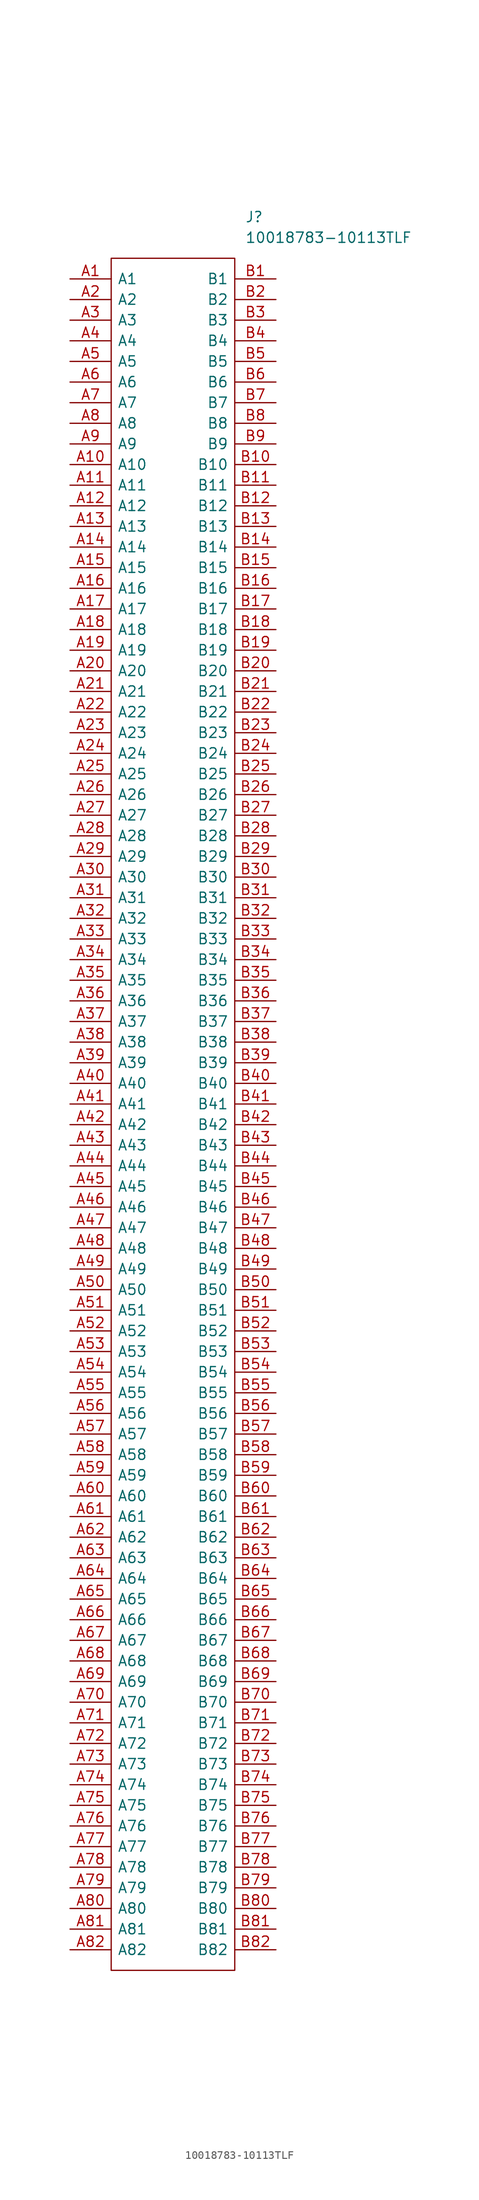
<source format=kicad_sym>
(kicad_symbol_lib
  (version 20201005)
  (generator kicad_symbol_editor)
  (symbol "CM4_MATX:10018783-10113TLF"
    (pin_names
      (offset 0.762))
    (property "Reference" "J"
      (at 21.59 7.62 0)
      (effects (font (size 1.27 1.27)) (justify left)))
    (property "Value" "10018783-10113TLF"
      (at 21.59 5.08 0)
      (effects (font (size 1.27 1.27)) (justify left)))
    (symbol "10018783-10113TLF_0_1"
      (polyline (pts (xy 5.08 2.54) (xy 20.32 2.54) (xy 20.32 -208.28) (xy 5.08 -208.28) (xy 5.08 2.54)) (stroke (width 0.152)) (fill (type none))))
    (symbol "10018783-10113TLF_0_0"
      (pin passive line (at 0 0 0) (length 5.08) (name "A1" (effects (font (size 1.27 1.27)))) (number "A1" (effects (font (size 1.27 1.27)))))
      (pin passive line (at 0 -2.54 0) (length 5.08) (name "A2" (effects (font (size 1.27 1.27)))) (number "A2" (effects (font (size 1.27 1.27)))))
      (pin passive line (at 0 -5.08 0) (length 5.08) (name "A3" (effects (font (size 1.27 1.27)))) (number "A3" (effects (font (size 1.27 1.27)))))
      (pin passive line (at 0 -7.62 0) (length 5.08) (name "A4" (effects (font (size 1.27 1.27)))) (number "A4" (effects (font (size 1.27 1.27)))))
      (pin passive line (at 0 -10.16 0) (length 5.08) (name "A5" (effects (font (size 1.27 1.27)))) (number "A5" (effects (font (size 1.27 1.27)))))
      (pin passive line (at 0 -12.7 0) (length 5.08) (name "A6" (effects (font (size 1.27 1.27)))) (number "A6" (effects (font (size 1.27 1.27)))))
      (pin passive line (at 0 -15.24 0) (length 5.08) (name "A7" (effects (font (size 1.27 1.27)))) (number "A7" (effects (font (size 1.27 1.27)))))
      (pin passive line (at 0 -17.78 0) (length 5.08) (name "A8" (effects (font (size 1.27 1.27)))) (number "A8" (effects (font (size 1.27 1.27)))))
      (pin passive line (at 0 -20.32 0) (length 5.08) (name "A9" (effects (font (size 1.27 1.27)))) (number "A9" (effects (font (size 1.27 1.27)))))
      (pin passive line (at 0 -22.86 0) (length 5.08) (name "A10" (effects (font (size 1.27 1.27)))) (number "A10" (effects (font (size 1.27 1.27)))))
      (pin passive line (at 0 -25.4 0) (length 5.08) (name "A11" (effects (font (size 1.27 1.27)))) (number "A11" (effects (font (size 1.27 1.27)))))
      (pin passive line (at 0 -27.94 0) (length 5.08) (name "A12" (effects (font (size 1.27 1.27)))) (number "A12" (effects (font (size 1.27 1.27)))))
      (pin passive line (at 0 -30.48 0) (length 5.08) (name "A13" (effects (font (size 1.27 1.27)))) (number "A13" (effects (font (size 1.27 1.27)))))
      (pin passive line (at 0 -33.02 0) (length 5.08) (name "A14" (effects (font (size 1.27 1.27)))) (number "A14" (effects (font (size 1.27 1.27)))))
      (pin passive line (at 0 -35.56 0) (length 5.08) (name "A15" (effects (font (size 1.27 1.27)))) (number "A15" (effects (font (size 1.27 1.27)))))
      (pin passive line (at 0 -38.1 0) (length 5.08) (name "A16" (effects (font (size 1.27 1.27)))) (number "A16" (effects (font (size 1.27 1.27)))))
      (pin passive line (at 0 -40.64 0) (length 5.08) (name "A17" (effects (font (size 1.27 1.27)))) (number "A17" (effects (font (size 1.27 1.27)))))
      (pin passive line (at 0 -43.18 0) (length 5.08) (name "A18" (effects (font (size 1.27 1.27)))) (number "A18" (effects (font (size 1.27 1.27)))))
      (pin passive line (at 0 -45.72 0) (length 5.08) (name "A19" (effects (font (size 1.27 1.27)))) (number "A19" (effects (font (size 1.27 1.27)))))
      (pin passive line (at 0 -48.26 0) (length 5.08) (name "A20" (effects (font (size 1.27 1.27)))) (number "A20" (effects (font (size 1.27 1.27)))))
      (pin passive line (at 0 -50.8 0) (length 5.08) (name "A21" (effects (font (size 1.27 1.27)))) (number "A21" (effects (font (size 1.27 1.27)))))
      (pin passive line (at 0 -53.34 0) (length 5.08) (name "A22" (effects (font (size 1.27 1.27)))) (number "A22" (effects (font (size 1.27 1.27)))))
      (pin passive line (at 0 -55.88 0) (length 5.08) (name "A23" (effects (font (size 1.27 1.27)))) (number "A23" (effects (font (size 1.27 1.27)))))
      (pin passive line (at 0 -58.42 0) (length 5.08) (name "A24" (effects (font (size 1.27 1.27)))) (number "A24" (effects (font (size 1.27 1.27)))))
      (pin passive line (at 0 -60.96 0) (length 5.08) (name "A25" (effects (font (size 1.27 1.27)))) (number "A25" (effects (font (size 1.27 1.27)))))
      (pin passive line (at 0 -63.5 0) (length 5.08) (name "A26" (effects (font (size 1.27 1.27)))) (number "A26" (effects (font (size 1.27 1.27)))))
      (pin passive line (at 0 -66.04 0) (length 5.08) (name "A27" (effects (font (size 1.27 1.27)))) (number "A27" (effects (font (size 1.27 1.27)))))
      (pin passive line (at 0 -68.58 0) (length 5.08) (name "A28" (effects (font (size 1.27 1.27)))) (number "A28" (effects (font (size 1.27 1.27)))))
      (pin passive line (at 0 -71.12 0) (length 5.08) (name "A29" (effects (font (size 1.27 1.27)))) (number "A29" (effects (font (size 1.27 1.27)))))
      (pin passive line (at 0 -73.66 0) (length 5.08) (name "A30" (effects (font (size 1.27 1.27)))) (number "A30" (effects (font (size 1.27 1.27)))))
      (pin passive line (at 0 -76.2 0) (length 5.08) (name "A31" (effects (font (size 1.27 1.27)))) (number "A31" (effects (font (size 1.27 1.27)))))
      (pin passive line (at 0 -78.74 0) (length 5.08) (name "A32" (effects (font (size 1.27 1.27)))) (number "A32" (effects (font (size 1.27 1.27)))))
      (pin passive line (at 0 -81.28 0) (length 5.08) (name "A33" (effects (font (size 1.27 1.27)))) (number "A33" (effects (font (size 1.27 1.27)))))
      (pin passive line (at 0 -83.82 0) (length 5.08) (name "A34" (effects (font (size 1.27 1.27)))) (number "A34" (effects (font (size 1.27 1.27)))))
      (pin passive line (at 0 -86.36 0) (length 5.08) (name "A35" (effects (font (size 1.27 1.27)))) (number "A35" (effects (font (size 1.27 1.27)))))
      (pin passive line (at 0 -88.9 0) (length 5.08) (name "A36" (effects (font (size 1.27 1.27)))) (number "A36" (effects (font (size 1.27 1.27)))))
      (pin passive line (at 0 -91.44 0) (length 5.08) (name "A37" (effects (font (size 1.27 1.27)))) (number "A37" (effects (font (size 1.27 1.27)))))
      (pin passive line (at 0 -93.98 0) (length 5.08) (name "A38" (effects (font (size 1.27 1.27)))) (number "A38" (effects (font (size 1.27 1.27)))))
      (pin passive line (at 0 -96.52 0) (length 5.08) (name "A39" (effects (font (size 1.27 1.27)))) (number "A39" (effects (font (size 1.27 1.27)))))
      (pin passive line (at 0 -99.06 0) (length 5.08) (name "A40" (effects (font (size 1.27 1.27)))) (number "A40" (effects (font (size 1.27 1.27)))))
      (pin passive line (at 0 -101.6 0) (length 5.08) (name "A41" (effects (font (size 1.27 1.27)))) (number "A41" (effects (font (size 1.27 1.27)))))
      (pin passive line (at 0 -104.14 0) (length 5.08) (name "A42" (effects (font (size 1.27 1.27)))) (number "A42" (effects (font (size 1.27 1.27)))))
      (pin passive line (at 0 -106.68 0) (length 5.08) (name "A43" (effects (font (size 1.27 1.27)))) (number "A43" (effects (font (size 1.27 1.27)))))
      (pin passive line (at 0 -109.22 0) (length 5.08) (name "A44" (effects (font (size 1.27 1.27)))) (number "A44" (effects (font (size 1.27 1.27)))))
      (pin passive line (at 0 -111.76 0) (length 5.08) (name "A45" (effects (font (size 1.27 1.27)))) (number "A45" (effects (font (size 1.27 1.27)))))
      (pin passive line (at 0 -114.3 0) (length 5.08) (name "A46" (effects (font (size 1.27 1.27)))) (number "A46" (effects (font (size 1.27 1.27)))))
      (pin passive line (at 0 -116.84 0) (length 5.08) (name "A47" (effects (font (size 1.27 1.27)))) (number "A47" (effects (font (size 1.27 1.27)))))
      (pin passive line (at 0 -119.38 0) (length 5.08) (name "A48" (effects (font (size 1.27 1.27)))) (number "A48" (effects (font (size 1.27 1.27)))))
      (pin passive line (at 0 -121.92 0) (length 5.08) (name "A49" (effects (font (size 1.27 1.27)))) (number "A49" (effects (font (size 1.27 1.27)))))
      (pin passive line (at 0 -124.46 0) (length 5.08) (name "A50" (effects (font (size 1.27 1.27)))) (number "A50" (effects (font (size 1.27 1.27)))))
      (pin passive line (at 0 -127 0) (length 5.08) (name "A51" (effects (font (size 1.27 1.27)))) (number "A51" (effects (font (size 1.27 1.27)))))
      (pin passive line (at 0 -129.54 0) (length 5.08) (name "A52" (effects (font (size 1.27 1.27)))) (number "A52" (effects (font (size 1.27 1.27)))))
      (pin passive line (at 0 -132.08 0) (length 5.08) (name "A53" (effects (font (size 1.27 1.27)))) (number "A53" (effects (font (size 1.27 1.27)))))
      (pin passive line (at 0 -134.62 0) (length 5.08) (name "A54" (effects (font (size 1.27 1.27)))) (number "A54" (effects (font (size 1.27 1.27)))))
      (pin passive line (at 0 -137.16 0) (length 5.08) (name "A55" (effects (font (size 1.27 1.27)))) (number "A55" (effects (font (size 1.27 1.27)))))
      (pin passive line (at 0 -139.7 0) (length 5.08) (name "A56" (effects (font (size 1.27 1.27)))) (number "A56" (effects (font (size 1.27 1.27)))))
      (pin passive line (at 0 -142.24 0) (length 5.08) (name "A57" (effects (font (size 1.27 1.27)))) (number "A57" (effects (font (size 1.27 1.27)))))
      (pin passive line (at 0 -144.78 0) (length 5.08) (name "A58" (effects (font (size 1.27 1.27)))) (number "A58" (effects (font (size 1.27 1.27)))))
      (pin passive line (at 0 -147.32 0) (length 5.08) (name "A59" (effects (font (size 1.27 1.27)))) (number "A59" (effects (font (size 1.27 1.27)))))
      (pin passive line (at 0 -149.86 0) (length 5.08) (name "A60" (effects (font (size 1.27 1.27)))) (number "A60" (effects (font (size 1.27 1.27)))))
      (pin passive line (at 0 -152.4 0) (length 5.08) (name "A61" (effects (font (size 1.27 1.27)))) (number "A61" (effects (font (size 1.27 1.27)))))
      (pin passive line (at 0 -154.94 0) (length 5.08) (name "A62" (effects (font (size 1.27 1.27)))) (number "A62" (effects (font (size 1.27 1.27)))))
      (pin passive line (at 0 -157.48 0) (length 5.08) (name "A63" (effects (font (size 1.27 1.27)))) (number "A63" (effects (font (size 1.27 1.27)))))
      (pin passive line (at 0 -160.02 0) (length 5.08) (name "A64" (effects (font (size 1.27 1.27)))) (number "A64" (effects (font (size 1.27 1.27)))))
      (pin passive line (at 0 -162.56 0) (length 5.08) (name "A65" (effects (font (size 1.27 1.27)))) (number "A65" (effects (font (size 1.27 1.27)))))
      (pin passive line (at 0 -165.1 0) (length 5.08) (name "A66" (effects (font (size 1.27 1.27)))) (number "A66" (effects (font (size 1.27 1.27)))))
      (pin passive line (at 0 -167.64 0) (length 5.08) (name "A67" (effects (font (size 1.27 1.27)))) (number "A67" (effects (font (size 1.27 1.27)))))
      (pin passive line (at 0 -170.18 0) (length 5.08) (name "A68" (effects (font (size 1.27 1.27)))) (number "A68" (effects (font (size 1.27 1.27)))))
      (pin passive line (at 0 -172.72 0) (length 5.08) (name "A69" (effects (font (size 1.27 1.27)))) (number "A69" (effects (font (size 1.27 1.27)))))
      (pin passive line (at 0 -175.26 0) (length 5.08) (name "A70" (effects (font (size 1.27 1.27)))) (number "A70" (effects (font (size 1.27 1.27)))))
      (pin passive line (at 0 -177.8 0) (length 5.08) (name "A71" (effects (font (size 1.27 1.27)))) (number "A71" (effects (font (size 1.27 1.27)))))
      (pin passive line (at 0 -180.34 0) (length 5.08) (name "A72" (effects (font (size 1.27 1.27)))) (number "A72" (effects (font (size 1.27 1.27)))))
      (pin passive line (at 0 -182.88 0) (length 5.08) (name "A73" (effects (font (size 1.27 1.27)))) (number "A73" (effects (font (size 1.27 1.27)))))
      (pin passive line (at 0 -185.42 0) (length 5.08) (name "A74" (effects (font (size 1.27 1.27)))) (number "A74" (effects (font (size 1.27 1.27)))))
      (pin passive line (at 0 -187.96 0) (length 5.08) (name "A75" (effects (font (size 1.27 1.27)))) (number "A75" (effects (font (size 1.27 1.27)))))
      (pin passive line (at 0 -190.5 0) (length 5.08) (name "A76" (effects (font (size 1.27 1.27)))) (number "A76" (effects (font (size 1.27 1.27)))))
      (pin passive line (at 0 -193.04 0) (length 5.08) (name "A77" (effects (font (size 1.27 1.27)))) (number "A77" (effects (font (size 1.27 1.27)))))
      (pin passive line (at 0 -195.58 0) (length 5.08) (name "A78" (effects (font (size 1.27 1.27)))) (number "A78" (effects (font (size 1.27 1.27)))))
      (pin passive line (at 0 -198.12 0) (length 5.08) (name "A79" (effects (font (size 1.27 1.27)))) (number "A79" (effects (font (size 1.27 1.27)))))
      (pin passive line (at 0 -200.66 0) (length 5.08) (name "A80" (effects (font (size 1.27 1.27)))) (number "A80" (effects (font (size 1.27 1.27)))))
      (pin passive line (at 0 -203.2 0) (length 5.08) (name "A81" (effects (font (size 1.27 1.27)))) (number "A81" (effects (font (size 1.27 1.27)))))
      (pin passive line (at 0 -205.74 0) (length 5.08) (name "A82" (effects (font (size 1.27 1.27)))) (number "A82" (effects (font (size 1.27 1.27)))))
      (pin passive line (at 25.4 0 180) (length 5.08) (name "B1" (effects (font (size 1.27 1.27)))) (number "B1" (effects (font (size 1.27 1.27)))))
      (pin passive line (at 25.4 -2.54 180) (length 5.08) (name "B2" (effects (font (size 1.27 1.27)))) (number "B2" (effects (font (size 1.27 1.27)))))
      (pin passive line (at 25.4 -5.08 180) (length 5.08) (name "B3" (effects (font (size 1.27 1.27)))) (number "B3" (effects (font (size 1.27 1.27)))))
      (pin passive line (at 25.4 -7.62 180) (length 5.08) (name "B4" (effects (font (size 1.27 1.27)))) (number "B4" (effects (font (size 1.27 1.27)))))
      (pin passive line (at 25.4 -10.16 180) (length 5.08) (name "B5" (effects (font (size 1.27 1.27)))) (number "B5" (effects (font (size 1.27 1.27)))))
      (pin passive line (at 25.4 -12.7 180) (length 5.08) (name "B6" (effects (font (size 1.27 1.27)))) (number "B6" (effects (font (size 1.27 1.27)))))
      (pin passive line (at 25.4 -15.24 180) (length 5.08) (name "B7" (effects (font (size 1.27 1.27)))) (number "B7" (effects (font (size 1.27 1.27)))))
      (pin passive line (at 25.4 -17.78 180) (length 5.08) (name "B8" (effects (font (size 1.27 1.27)))) (number "B8" (effects (font (size 1.27 1.27)))))
      (pin passive line (at 25.4 -20.32 180) (length 5.08) (name "B9" (effects (font (size 1.27 1.27)))) (number "B9" (effects (font (size 1.27 1.27)))))
      (pin passive line (at 25.4 -22.86 180) (length 5.08) (name "B10" (effects (font (size 1.27 1.27)))) (number "B10" (effects (font (size 1.27 1.27)))))
      (pin passive line (at 25.4 -25.4 180) (length 5.08) (name "B11" (effects (font (size 1.27 1.27)))) (number "B11" (effects (font (size 1.27 1.27)))))
      (pin passive line (at 25.4 -27.94 180) (length 5.08) (name "B12" (effects (font (size 1.27 1.27)))) (number "B12" (effects (font (size 1.27 1.27)))))
      (pin passive line (at 25.4 -30.48 180) (length 5.08) (name "B13" (effects (font (size 1.27 1.27)))) (number "B13" (effects (font (size 1.27 1.27)))))
      (pin passive line (at 25.4 -33.02 180) (length 5.08) (name "B14" (effects (font (size 1.27 1.27)))) (number "B14" (effects (font (size 1.27 1.27)))))
      (pin passive line (at 25.4 -35.56 180) (length 5.08) (name "B15" (effects (font (size 1.27 1.27)))) (number "B15" (effects (font (size 1.27 1.27)))))
      (pin passive line (at 25.4 -38.1 180) (length 5.08) (name "B16" (effects (font (size 1.27 1.27)))) (number "B16" (effects (font (size 1.27 1.27)))))
      (pin passive line (at 25.4 -40.64 180) (length 5.08) (name "B17" (effects (font (size 1.27 1.27)))) (number "B17" (effects (font (size 1.27 1.27)))))
      (pin passive line (at 25.4 -43.18 180) (length 5.08) (name "B18" (effects (font (size 1.27 1.27)))) (number "B18" (effects (font (size 1.27 1.27)))))
      (pin passive line (at 25.4 -45.72 180) (length 5.08) (name "B19" (effects (font (size 1.27 1.27)))) (number "B19" (effects (font (size 1.27 1.27)))))
      (pin passive line (at 25.4 -48.26 180) (length 5.08) (name "B20" (effects (font (size 1.27 1.27)))) (number "B20" (effects (font (size 1.27 1.27)))))
      (pin passive line (at 25.4 -50.8 180) (length 5.08) (name "B21" (effects (font (size 1.27 1.27)))) (number "B21" (effects (font (size 1.27 1.27)))))
      (pin passive line (at 25.4 -53.34 180) (length 5.08) (name "B22" (effects (font (size 1.27 1.27)))) (number "B22" (effects (font (size 1.27 1.27)))))
      (pin passive line (at 25.4 -55.88 180) (length 5.08) (name "B23" (effects (font (size 1.27 1.27)))) (number "B23" (effects (font (size 1.27 1.27)))))
      (pin passive line (at 25.4 -58.42 180) (length 5.08) (name "B24" (effects (font (size 1.27 1.27)))) (number "B24" (effects (font (size 1.27 1.27)))))
      (pin passive line (at 25.4 -60.96 180) (length 5.08) (name "B25" (effects (font (size 1.27 1.27)))) (number "B25" (effects (font (size 1.27 1.27)))))
      (pin passive line (at 25.4 -63.5 180) (length 5.08) (name "B26" (effects (font (size 1.27 1.27)))) (number "B26" (effects (font (size 1.27 1.27)))))
      (pin passive line (at 25.4 -66.04 180) (length 5.08) (name "B27" (effects (font (size 1.27 1.27)))) (number "B27" (effects (font (size 1.27 1.27)))))
      (pin passive line (at 25.4 -68.58 180) (length 5.08) (name "B28" (effects (font (size 1.27 1.27)))) (number "B28" (effects (font (size 1.27 1.27)))))
      (pin passive line (at 25.4 -71.12 180) (length 5.08) (name "B29" (effects (font (size 1.27 1.27)))) (number "B29" (effects (font (size 1.27 1.27)))))
      (pin passive line (at 25.4 -73.66 180) (length 5.08) (name "B30" (effects (font (size 1.27 1.27)))) (number "B30" (effects (font (size 1.27 1.27)))))
      (pin passive line (at 25.4 -76.2 180) (length 5.08) (name "B31" (effects (font (size 1.27 1.27)))) (number "B31" (effects (font (size 1.27 1.27)))))
      (pin passive line (at 25.4 -78.74 180) (length 5.08) (name "B32" (effects (font (size 1.27 1.27)))) (number "B32" (effects (font (size 1.27 1.27)))))
      (pin passive line (at 25.4 -81.28 180) (length 5.08) (name "B33" (effects (font (size 1.27 1.27)))) (number "B33" (effects (font (size 1.27 1.27)))))
      (pin passive line (at 25.4 -83.82 180) (length 5.08) (name "B34" (effects (font (size 1.27 1.27)))) (number "B34" (effects (font (size 1.27 1.27)))))
      (pin passive line (at 25.4 -86.36 180) (length 5.08) (name "B35" (effects (font (size 1.27 1.27)))) (number "B35" (effects (font (size 1.27 1.27)))))
      (pin passive line (at 25.4 -88.9 180) (length 5.08) (name "B36" (effects (font (size 1.27 1.27)))) (number "B36" (effects (font (size 1.27 1.27)))))
      (pin passive line (at 25.4 -91.44 180) (length 5.08) (name "B37" (effects (font (size 1.27 1.27)))) (number "B37" (effects (font (size 1.27 1.27)))))
      (pin passive line (at 25.4 -93.98 180) (length 5.08) (name "B38" (effects (font (size 1.27 1.27)))) (number "B38" (effects (font (size 1.27 1.27)))))
      (pin passive line (at 25.4 -96.52 180) (length 5.08) (name "B39" (effects (font (size 1.27 1.27)))) (number "B39" (effects (font (size 1.27 1.27)))))
      (pin passive line (at 25.4 -99.06 180) (length 5.08) (name "B40" (effects (font (size 1.27 1.27)))) (number "B40" (effects (font (size 1.27 1.27)))))
      (pin passive line (at 25.4 -101.6 180) (length 5.08) (name "B41" (effects (font (size 1.27 1.27)))) (number "B41" (effects (font (size 1.27 1.27)))))
      (pin passive line (at 25.4 -104.14 180) (length 5.08) (name "B42" (effects (font (size 1.27 1.27)))) (number "B42" (effects (font (size 1.27 1.27)))))
      (pin passive line (at 25.4 -106.68 180) (length 5.08) (name "B43" (effects (font (size 1.27 1.27)))) (number "B43" (effects (font (size 1.27 1.27)))))
      (pin passive line (at 25.4 -109.22 180) (length 5.08) (name "B44" (effects (font (size 1.27 1.27)))) (number "B44" (effects (font (size 1.27 1.27)))))
      (pin passive line (at 25.4 -111.76 180) (length 5.08) (name "B45" (effects (font (size 1.27 1.27)))) (number "B45" (effects (font (size 1.27 1.27)))))
      (pin passive line (at 25.4 -114.3 180) (length 5.08) (name "B46" (effects (font (size 1.27 1.27)))) (number "B46" (effects (font (size 1.27 1.27)))))
      (pin passive line (at 25.4 -116.84 180) (length 5.08) (name "B47" (effects (font (size 1.27 1.27)))) (number "B47" (effects (font (size 1.27 1.27)))))
      (pin passive line (at 25.4 -119.38 180) (length 5.08) (name "B48" (effects (font (size 1.27 1.27)))) (number "B48" (effects (font (size 1.27 1.27)))))
      (pin passive line (at 25.4 -121.92 180) (length 5.08) (name "B49" (effects (font (size 1.27 1.27)))) (number "B49" (effects (font (size 1.27 1.27)))))
      (pin passive line (at 25.4 -124.46 180) (length 5.08) (name "B50" (effects (font (size 1.27 1.27)))) (number "B50" (effects (font (size 1.27 1.27)))))
      (pin passive line (at 25.4 -127 180) (length 5.08) (name "B51" (effects (font (size 1.27 1.27)))) (number "B51" (effects (font (size 1.27 1.27)))))
      (pin passive line (at 25.4 -129.54 180) (length 5.08) (name "B52" (effects (font (size 1.27 1.27)))) (number "B52" (effects (font (size 1.27 1.27)))))
      (pin passive line (at 25.4 -132.08 180) (length 5.08) (name "B53" (effects (font (size 1.27 1.27)))) (number "B53" (effects (font (size 1.27 1.27)))))
      (pin passive line (at 25.4 -134.62 180) (length 5.08) (name "B54" (effects (font (size 1.27 1.27)))) (number "B54" (effects (font (size 1.27 1.27)))))
      (pin passive line (at 25.4 -137.16 180) (length 5.08) (name "B55" (effects (font (size 1.27 1.27)))) (number "B55" (effects (font (size 1.27 1.27)))))
      (pin passive line (at 25.4 -139.7 180) (length 5.08) (name "B56" (effects (font (size 1.27 1.27)))) (number "B56" (effects (font (size 1.27 1.27)))))
      (pin passive line (at 25.4 -142.24 180) (length 5.08) (name "B57" (effects (font (size 1.27 1.27)))) (number "B57" (effects (font (size 1.27 1.27)))))
      (pin passive line (at 25.4 -144.78 180) (length 5.08) (name "B58" (effects (font (size 1.27 1.27)))) (number "B58" (effects (font (size 1.27 1.27)))))
      (pin passive line (at 25.4 -147.32 180) (length 5.08) (name "B59" (effects (font (size 1.27 1.27)))) (number "B59" (effects (font (size 1.27 1.27)))))
      (pin passive line (at 25.4 -149.86 180) (length 5.08) (name "B60" (effects (font (size 1.27 1.27)))) (number "B60" (effects (font (size 1.27 1.27)))))
      (pin passive line (at 25.4 -152.4 180) (length 5.08) (name "B61" (effects (font (size 1.27 1.27)))) (number "B61" (effects (font (size 1.27 1.27)))))
      (pin passive line (at 25.4 -154.94 180) (length 5.08) (name "B62" (effects (font (size 1.27 1.27)))) (number "B62" (effects (font (size 1.27 1.27)))))
      (pin passive line (at 25.4 -157.48 180) (length 5.08) (name "B63" (effects (font (size 1.27 1.27)))) (number "B63" (effects (font (size 1.27 1.27)))))
      (pin passive line (at 25.4 -160.02 180) (length 5.08) (name "B64" (effects (font (size 1.27 1.27)))) (number "B64" (effects (font (size 1.27 1.27)))))
      (pin passive line (at 25.4 -162.56 180) (length 5.08) (name "B65" (effects (font (size 1.27 1.27)))) (number "B65" (effects (font (size 1.27 1.27)))))
      (pin passive line (at 25.4 -165.1 180) (length 5.08) (name "B66" (effects (font (size 1.27 1.27)))) (number "B66" (effects (font (size 1.27 1.27)))))
      (pin passive line (at 25.4 -167.64 180) (length 5.08) (name "B67" (effects (font (size 1.27 1.27)))) (number "B67" (effects (font (size 1.27 1.27)))))
      (pin passive line (at 25.4 -170.18 180) (length 5.08) (name "B68" (effects (font (size 1.27 1.27)))) (number "B68" (effects (font (size 1.27 1.27)))))
      (pin passive line (at 25.4 -172.72 180) (length 5.08) (name "B69" (effects (font (size 1.27 1.27)))) (number "B69" (effects (font (size 1.27 1.27)))))
      (pin passive line (at 25.4 -175.26 180) (length 5.08) (name "B70" (effects (font (size 1.27 1.27)))) (number "B70" (effects (font (size 1.27 1.27)))))
      (pin passive line (at 25.4 -177.8 180) (length 5.08) (name "B71" (effects (font (size 1.27 1.27)))) (number "B71" (effects (font (size 1.27 1.27)))))
      (pin passive line (at 25.4 -180.34 180) (length 5.08) (name "B72" (effects (font (size 1.27 1.27)))) (number "B72" (effects (font (size 1.27 1.27)))))
      (pin passive line (at 25.4 -182.88 180) (length 5.08) (name "B73" (effects (font (size 1.27 1.27)))) (number "B73" (effects (font (size 1.27 1.27)))))
      (pin passive line (at 25.4 -185.42 180) (length 5.08) (name "B74" (effects (font (size 1.27 1.27)))) (number "B74" (effects (font (size 1.27 1.27)))))
      (pin passive line (at 25.4 -187.96 180) (length 5.08) (name "B75" (effects (font (size 1.27 1.27)))) (number "B75" (effects (font (size 1.27 1.27)))))
      (pin passive line (at 25.4 -190.5 180) (length 5.08) (name "B76" (effects (font (size 1.27 1.27)))) (number "B76" (effects (font (size 1.27 1.27)))))
      (pin passive line (at 25.4 -193.04 180) (length 5.08) (name "B77" (effects (font (size 1.27 1.27)))) (number "B77" (effects (font (size 1.27 1.27)))))
      (pin passive line (at 25.4 -195.58 180) (length 5.08) (name "B78" (effects (font (size 1.27 1.27)))) (number "B78" (effects (font (size 1.27 1.27)))))
      (pin passive line (at 25.4 -198.12 180) (length 5.08) (name "B79" (effects (font (size 1.27 1.27)))) (number "B79" (effects (font (size 1.27 1.27)))))
      (pin passive line (at 25.4 -200.66 180) (length 5.08) (name "B80" (effects (font (size 1.27 1.27)))) (number "B80" (effects (font (size 1.27 1.27)))))
      (pin passive line (at 25.4 -203.2 180) (length 5.08) (name "B81" (effects (font (size 1.27 1.27)))) (number "B81" (effects (font (size 1.27 1.27)))))
      (pin passive line (at 25.4 -205.74 180) (length 5.08) (name "B82" (effects (font (size 1.27 1.27)))) (number "B82" (effects (font (size 1.27 1.27))))))))
</source>
